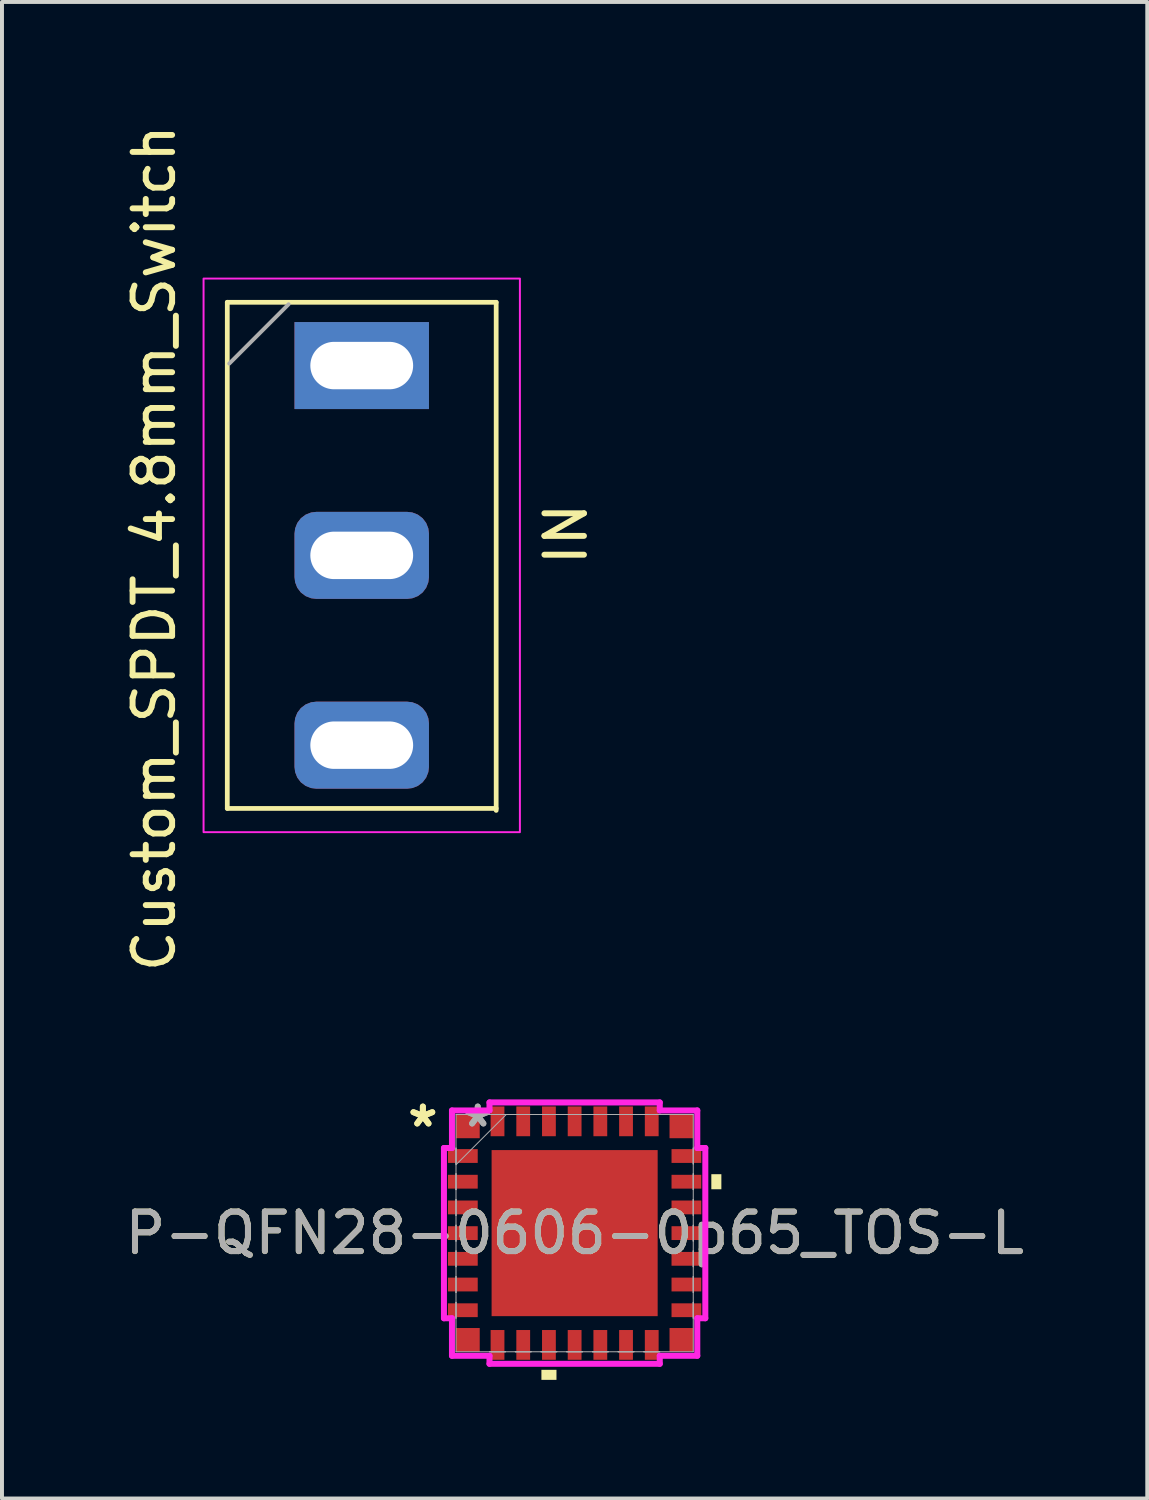
<source format=kicad_pcb>
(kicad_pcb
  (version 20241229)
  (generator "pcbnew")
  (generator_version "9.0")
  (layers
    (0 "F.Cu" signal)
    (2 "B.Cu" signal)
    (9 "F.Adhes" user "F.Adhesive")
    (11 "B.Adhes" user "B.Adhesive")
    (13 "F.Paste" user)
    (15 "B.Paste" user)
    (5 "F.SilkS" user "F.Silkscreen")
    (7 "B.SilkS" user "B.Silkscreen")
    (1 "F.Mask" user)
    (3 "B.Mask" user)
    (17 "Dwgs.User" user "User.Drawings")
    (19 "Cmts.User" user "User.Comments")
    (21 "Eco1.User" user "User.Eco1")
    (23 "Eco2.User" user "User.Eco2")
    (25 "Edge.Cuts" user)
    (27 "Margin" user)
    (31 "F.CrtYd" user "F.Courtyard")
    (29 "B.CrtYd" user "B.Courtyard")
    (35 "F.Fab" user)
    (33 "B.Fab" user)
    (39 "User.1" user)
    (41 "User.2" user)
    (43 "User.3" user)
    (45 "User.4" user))
  (footprint "P-QFN28-0606-0p65_TOS-L"
    (layer "F.Cu")
    (at 11.482 28.135)
    (property "Reference" "P-QFN28-0606-0p65_TOS-L" (at 0 0 0) (unlocked yes) (layer "F.SilkS") (effects (font (size 1 1) (thickness 0.15))))
    (attr smd)
    (fp_poly (pts (xy -0.84 3.457) (xy -0.84 3.711) (xy -0.459 3.711) (xy -0.459 3.457)) (stroke (width 0) (type solid)) (fill yes) (layer "F.SilkS"))
    (fp_poly (pts (xy 3.711 -1.49) (xy 3.711 -1.109) (xy 3.457 -1.109) (xy 3.457 -1.49)) (stroke (width 0) (type solid)) (fill yes) (layer "F.SilkS"))
    (fp_poly (pts (xy -2 -2) (xy -2 -0.8) (xy -0.8 -0.8) (xy -0.8 -2)) (stroke (width 0) (type solid)) (fill yes) (layer "F.Paste"))
    (fp_poly (pts (xy -2 -0.6) (xy -2 0.6) (xy -0.8 0.6) (xy -0.8 -0.6)) (stroke (width 0) (type solid)) (fill yes) (layer "F.Paste"))
    (fp_poly (pts (xy -2 0.8) (xy -2 2) (xy -0.8 2) (xy -0.8 0.8)) (stroke (width 0) (type solid)) (fill yes) (layer "F.Paste"))
    (fp_poly (pts (xy -0.6 -2) (xy -0.6 -0.8) (xy 0.6 -0.8) (xy 0.6 -2)) (stroke (width 0) (type solid)) (fill yes) (layer "F.Paste"))
    (fp_poly (pts (xy -0.6 -0.6) (xy -0.6 0.6) (xy 0.6 0.6) (xy 0.6 -0.6)) (stroke (width 0) (type solid)) (fill yes) (layer "F.Paste"))
    (fp_poly (pts (xy -0.6 0.8) (xy -0.6 2) (xy 0.6 2) (xy 0.6 0.8)) (stroke (width 0) (type solid)) (fill yes) (layer "F.Paste"))
    (fp_poly (pts (xy 0.8 -2) (xy 0.8 -0.8) (xy 2 -0.8) (xy 2 -2)) (stroke (width 0) (type solid)) (fill yes) (layer "F.Paste"))
    (fp_poly (pts (xy 0.8 -0.6) (xy 0.8 0.6) (xy 2 0.6) (xy 2 -0.6)) (stroke (width 0) (type solid)) (fill yes) (layer "F.Paste"))
    (fp_poly (pts (xy 0.8 0.8) (xy 0.8 2) (xy 2 2) (xy 2 0.8)) (stroke (width 0) (type solid)) (fill yes) (layer "F.Paste"))
    (fp_line (start -3.305 -2.153) (end -3.102 -2.153) (stroke (width 0.152) (type solid)) (layer "F.CrtYd"))
    (fp_line (start -3.305 2.153) (end -3.305 -2.153) (stroke (width 0.152) (type solid)) (layer "F.CrtYd"))
    (fp_line (start -3.305 2.153) (end -3.102 2.153) (stroke (width 0.152) (type solid)) (layer "F.CrtYd"))
    (fp_line (start -3.102 -3.102) (end -2.153 -3.102) (stroke (width 0.152) (type solid)) (layer "F.CrtYd"))
    (fp_line (start -3.102 -2.153) (end -3.102 -3.102) (stroke (width 0.152) (type solid)) (layer "F.CrtYd"))
    (fp_line (start -3.102 3.102) (end -3.102 2.153) (stroke (width 0.152) (type solid)) (layer "F.CrtYd"))
    (fp_line (start -2.153 -3.305) (end 2.153 -3.305) (stroke (width 0.152) (type solid)) (layer "F.CrtYd"))
    (fp_line (start -2.153 -3.102) (end -2.153 -3.305) (stroke (width 0.152) (type solid)) (layer "F.CrtYd"))
    (fp_line (start -2.153 3.102) (end -3.102 3.102) (stroke (width 0.152) (type solid)) (layer "F.CrtYd"))
    (fp_line (start -2.153 3.305) (end -2.153 3.102) (stroke (width 0.152) (type solid)) (layer "F.CrtYd"))
    (fp_line (start 2.153 -3.305) (end 2.153 -3.102) (stroke (width 0.152) (type solid)) (layer "F.CrtYd"))
    (fp_line (start 2.153 -3.102) (end 3.102 -3.102) (stroke (width 0.152) (type solid)) (layer "F.CrtYd"))
    (fp_line (start 2.153 3.102) (end 2.153 3.305) (stroke (width 0.152) (type solid)) (layer "F.CrtYd"))
    (fp_line (start 2.153 3.305) (end -2.153 3.305) (stroke (width 0.152) (type solid)) (layer "F.CrtYd"))
    (fp_line (start 3.102 -3.102) (end 3.102 -2.153) (stroke (width 0.152) (type solid)) (layer "F.CrtYd"))
    (fp_line (start 3.102 -2.153) (end 3.305 -2.153) (stroke (width 0.152) (type solid)) (layer "F.CrtYd"))
    (fp_line (start 3.102 2.153) (end 3.102 3.102) (stroke (width 0.152) (type solid)) (layer "F.CrtYd"))
    (fp_line (start 3.102 3.102) (end 2.153 3.102) (stroke (width 0.152) (type solid)) (layer "F.CrtYd"))
    (fp_line (start 3.305 -2.153) (end 3.305 2.153) (stroke (width 0.152) (type solid)) (layer "F.CrtYd"))
    (fp_line (start 3.305 2.153) (end 3.102 2.153) (stroke (width 0.152) (type solid)) (layer "F.CrtYd"))
    (fp_line (start -3 -3) (end -3 3) (stroke (width 0.025) (type solid)) (layer "F.Fab"))
    (fp_line (start -3 -2.15) (end -3 -2.15) (stroke (width 0.025) (type solid)) (layer "F.Fab"))
    (fp_line (start -3 -2.15) (end -3 -1.75) (stroke (width 0.025) (type solid)) (layer "F.Fab"))
    (fp_line (start -3 -1.75) (end -3 -2.15) (stroke (width 0.025) (type solid)) (layer "F.Fab"))
    (fp_line (start -3 -1.75) (end -3 -1.75) (stroke (width 0.025) (type solid)) (layer "F.Fab"))
    (fp_line (start -3 -1.73) (end -1.73 -3) (stroke (width 0.025) (type solid)) (layer "F.Fab"))
    (fp_line (start -3 -1.5) (end -3 -1.5) (stroke (width 0.025) (type solid)) (layer "F.Fab"))
    (fp_line (start -3 -1.5) (end -3 -1.1) (stroke (width 0.025) (type solid)) (layer "F.Fab"))
    (fp_line (start -3 -1.1) (end -3 -1.5) (stroke (width 0.025) (type solid)) (layer "F.Fab"))
    (fp_line (start -3 -1.1) (end -3 -1.1) (stroke (width 0.025) (type solid)) (layer "F.Fab"))
    (fp_line (start -3 -0.85) (end -3 -0.85) (stroke (width 0.025) (type solid)) (layer "F.Fab"))
    (fp_line (start -3 -0.85) (end -3 -0.45) (stroke (width 0.025) (type solid)) (layer "F.Fab"))
    (fp_line (start -3 -0.45) (end -3 -0.85) (stroke (width 0.025) (type solid)) (layer "F.Fab"))
    (fp_line (start -3 -0.45) (end -3 -0.45) (stroke (width 0.025) (type solid)) (layer "F.Fab"))
    (fp_line (start -3 -0.2) (end -3 -0.2) (stroke (width 0.025) (type solid)) (layer "F.Fab"))
    (fp_line (start -3 -0.2) (end -3 0.2) (stroke (width 0.025) (type solid)) (layer "F.Fab"))
    (fp_line (start -3 0.2) (end -3 -0.2) (stroke (width 0.025) (type solid)) (layer "F.Fab"))
    (fp_line (start -3 0.2) (end -3 0.2) (stroke (width 0.025) (type solid)) (layer "F.Fab"))
    (fp_line (start -3 0.45) (end -3 0.45) (stroke (width 0.025) (type solid)) (layer "F.Fab"))
    (fp_line (start -3 0.45) (end -3 0.85) (stroke (width 0.025) (type solid)) (layer "F.Fab"))
    (fp_line (start -3 0.85) (end -3 0.45) (stroke (width 0.025) (type solid)) (layer "F.Fab"))
    (fp_line (start -3 0.85) (end -3 0.85) (stroke (width 0.025) (type solid)) (layer "F.Fab"))
    (fp_line (start -3 1.1) (end -3 1.1) (stroke (width 0.025) (type solid)) (layer "F.Fab"))
    (fp_line (start -3 1.1) (end -3 1.5) (stroke (width 0.025) (type solid)) (layer "F.Fab"))
    (fp_line (start -3 1.5) (end -3 1.1) (stroke (width 0.025) (type solid)) (layer "F.Fab"))
    (fp_line (start -3 1.5) (end -3 1.5) (stroke (width 0.025) (type solid)) (layer "F.Fab"))
    (fp_line (start -3 1.75) (end -3 1.75) (stroke (width 0.025) (type solid)) (layer "F.Fab"))
    (fp_line (start -3 1.75) (end -3 2.15) (stroke (width 0.025) (type solid)) (layer "F.Fab"))
    (fp_line (start -3 2.15) (end -3 1.75) (stroke (width 0.025) (type solid)) (layer "F.Fab"))
    (fp_line (start -3 2.15) (end -3 2.15) (stroke (width 0.025) (type solid)) (layer "F.Fab"))
    (fp_line (start -3 3) (end 3 3) (stroke (width 0.025) (type solid)) (layer "F.Fab"))
    (fp_line (start -2.15 -3) (end -2.15 -3) (stroke (width 0.025) (type solid)) (layer "F.Fab"))
    (fp_line (start -2.15 -3) (end -1.75 -3) (stroke (width 0.025) (type solid)) (layer "F.Fab"))
    (fp_line (start -2.15 3) (end -2.15 3) (stroke (width 0.025) (type solid)) (layer "F.Fab"))
    (fp_line (start -2.15 3) (end -1.75 3) (stroke (width 0.025) (type solid)) (layer "F.Fab"))
    (fp_line (start -1.75 -3) (end -2.15 -3) (stroke (width 0.025) (type solid)) (layer "F.Fab"))
    (fp_line (start -1.75 -3) (end -1.75 -3) (stroke (width 0.025) (type solid)) (layer "F.Fab"))
    (fp_line (start -1.75 3) (end -2.15 3) (stroke (width 0.025) (type solid)) (layer "F.Fab"))
    (fp_line (start -1.75 3) (end -1.75 3) (stroke (width 0.025) (type solid)) (layer "F.Fab"))
    (fp_line (start -1.5 -3) (end -1.5 -3) (stroke (width 0.025) (type solid)) (layer "F.Fab"))
    (fp_line (start -1.5 -3) (end -1.1 -3) (stroke (width 0.025) (type solid)) (layer "F.Fab"))
    (fp_line (start -1.5 3) (end -1.5 3) (stroke (width 0.025) (type solid)) (layer "F.Fab"))
    (fp_line (start -1.5 3) (end -1.1 3) (stroke (width 0.025) (type solid)) (layer "F.Fab"))
    (fp_line (start -1.1 -3) (end -1.5 -3) (stroke (width 0.025) (type solid)) (layer "F.Fab"))
    (fp_line (start -1.1 -3) (end -1.1 -3) (stroke (width 0.025) (type solid)) (layer "F.Fab"))
    (fp_line (start -1.1 3) (end -1.5 3) (stroke (width 0.025) (type solid)) (layer "F.Fab"))
    (fp_line (start -1.1 3) (end -1.1 3) (stroke (width 0.025) (type solid)) (layer "F.Fab"))
    (fp_line (start -0.85 -3) (end -0.85 -3) (stroke (width 0.025) (type solid)) (layer "F.Fab"))
    (fp_line (start -0.85 -3) (end -0.45 -3) (stroke (width 0.025) (type solid)) (layer "F.Fab"))
    (fp_line (start -0.85 3) (end -0.85 3) (stroke (width 0.025) (type solid)) (layer "F.Fab"))
    (fp_line (start -0.85 3) (end -0.45 3) (stroke (width 0.025) (type solid)) (layer "F.Fab"))
    (fp_line (start -0.45 -3) (end -0.85 -3) (stroke (width 0.025) (type solid)) (layer "F.Fab"))
    (fp_line (start -0.45 -3) (end -0.45 -3) (stroke (width 0.025) (type solid)) (layer "F.Fab"))
    (fp_line (start -0.45 3) (end -0.85 3) (stroke (width 0.025) (type solid)) (layer "F.Fab"))
    (fp_line (start -0.45 3) (end -0.45 3) (stroke (width 0.025) (type solid)) (layer "F.Fab"))
    (fp_line (start -0.2 -3) (end -0.2 -3) (stroke (width 0.025) (type solid)) (layer "F.Fab"))
    (fp_line (start -0.2 -3) (end 0.2 -3) (stroke (width 0.025) (type solid)) (layer "F.Fab"))
    (fp_line (start -0.2 3) (end -0.2 3) (stroke (width 0.025) (type solid)) (layer "F.Fab"))
    (fp_line (start -0.2 3) (end 0.2 3) (stroke (width 0.025) (type solid)) (layer "F.Fab"))
    (fp_line (start 0.2 -3) (end -0.2 -3) (stroke (width 0.025) (type solid)) (layer "F.Fab"))
    (fp_line (start 0.2 -3) (end 0.2 -3) (stroke (width 0.025) (type solid)) (layer "F.Fab"))
    (fp_line (start 0.2 3) (end -0.2 3) (stroke (width 0.025) (type solid)) (layer "F.Fab"))
    (fp_line (start 0.2 3) (end 0.2 3) (stroke (width 0.025) (type solid)) (layer "F.Fab"))
    (fp_line (start 0.45 -3) (end 0.45 -3) (stroke (width 0.025) (type solid)) (layer "F.Fab"))
    (fp_line (start 0.45 -3) (end 0.85 -3) (stroke (width 0.025) (type solid)) (layer "F.Fab"))
    (fp_line (start 0.45 3) (end 0.45 3) (stroke (width 0.025) (type solid)) (layer "F.Fab"))
    (fp_line (start 0.45 3) (end 0.85 3) (stroke (width 0.025) (type solid)) (layer "F.Fab"))
    (fp_line (start 0.85 -3) (end 0.45 -3) (stroke (width 0.025) (type solid)) (layer "F.Fab"))
    (fp_line (start 0.85 -3) (end 0.85 -3) (stroke (width 0.025) (type solid)) (layer "F.Fab"))
    (fp_line (start 0.85 3) (end 0.45 3) (stroke (width 0.025) (type solid)) (layer "F.Fab"))
    (fp_line (start 0.85 3) (end 0.85 3) (stroke (width 0.025) (type solid)) (layer "F.Fab"))
    (fp_line (start 1.1 -3) (end 1.1 -3) (stroke (width 0.025) (type solid)) (layer "F.Fab"))
    (fp_line (start 1.1 -3) (end 1.5 -3) (stroke (width 0.025) (type solid)) (layer "F.Fab"))
    (fp_line (start 1.1 3) (end 1.1 3) (stroke (width 0.025) (type solid)) (layer "F.Fab"))
    (fp_line (start 1.1 3) (end 1.5 3) (stroke (width 0.025) (type solid)) (layer "F.Fab"))
    (fp_line (start 1.5 -3) (end 1.1 -3) (stroke (width 0.025) (type solid)) (layer "F.Fab"))
    (fp_line (start 1.5 -3) (end 1.5 -3) (stroke (width 0.025) (type solid)) (layer "F.Fab"))
    (fp_line (start 1.5 3) (end 1.1 3) (stroke (width 0.025) (type solid)) (layer "F.Fab"))
    (fp_line (start 1.5 3) (end 1.5 3) (stroke (width 0.025) (type solid)) (layer "F.Fab"))
    (fp_line (start 1.75 -3) (end 1.75 -3) (stroke (width 0.025) (type solid)) (layer "F.Fab"))
    (fp_line (start 1.75 -3) (end 2.15 -3) (stroke (width 0.025) (type solid)) (layer "F.Fab"))
    (fp_line (start 1.75 3) (end 1.75 3) (stroke (width 0.025) (type solid)) (layer "F.Fab"))
    (fp_line (start 1.75 3) (end 2.15 3) (stroke (width 0.025) (type solid)) (layer "F.Fab"))
    (fp_line (start 2.15 -3) (end 1.75 -3) (stroke (width 0.025) (type solid)) (layer "F.Fab"))
    (fp_line (start 2.15 -3) (end 2.15 -3) (stroke (width 0.025) (type solid)) (layer "F.Fab"))
    (fp_line (start 2.15 3) (end 1.75 3) (stroke (width 0.025) (type solid)) (layer "F.Fab"))
    (fp_line (start 2.15 3) (end 2.15 3) (stroke (width 0.025) (type solid)) (layer "F.Fab"))
    (fp_line (start 3 -3) (end -3 -3) (stroke (width 0.025) (type solid)) (layer "F.Fab"))
    (fp_line (start 3 -2.15) (end 3 -2.15) (stroke (width 0.025) (type solid)) (layer "F.Fab"))
    (fp_line (start 3 -2.15) (end 3 -1.75) (stroke (width 0.025) (type solid)) (layer "F.Fab"))
    (fp_line (start 3 -1.75) (end 3 -2.15) (stroke (width 0.025) (type solid)) (layer "F.Fab"))
    (fp_line (start 3 -1.75) (end 3 -1.75) (stroke (width 0.025) (type solid)) (layer "F.Fab"))
    (fp_line (start 3 -1.5) (end 3 -1.5) (stroke (width 0.025) (type solid)) (layer "F.Fab"))
    (fp_line (start 3 -1.5) (end 3 -1.1) (stroke (width 0.025) (type solid)) (layer "F.Fab"))
    (fp_line (start 3 -1.1) (end 3 -1.5) (stroke (width 0.025) (type solid)) (layer "F.Fab"))
    (fp_line (start 3 -1.1) (end 3 -1.1) (stroke (width 0.025) (type solid)) (layer "F.Fab"))
    (fp_line (start 3 -0.85) (end 3 -0.85) (stroke (width 0.025) (type solid)) (layer "F.Fab"))
    (fp_line (start 3 -0.85) (end 3 -0.45) (stroke (width 0.025) (type solid)) (layer "F.Fab"))
    (fp_line (start 3 -0.45) (end 3 -0.85) (stroke (width 0.025) (type solid)) (layer "F.Fab"))
    (fp_line (start 3 -0.45) (end 3 -0.45) (stroke (width 0.025) (type solid)) (layer "F.Fab"))
    (fp_line (start 3 -0.2) (end 3 -0.2) (stroke (width 0.025) (type solid)) (layer "F.Fab"))
    (fp_line (start 3 -0.2) (end 3 0.2) (stroke (width 0.025) (type solid)) (layer "F.Fab"))
    (fp_line (start 3 0.2) (end 3 -0.2) (stroke (width 0.025) (type solid)) (layer "F.Fab"))
    (fp_line (start 3 0.2) (end 3 0.2) (stroke (width 0.025) (type solid)) (layer "F.Fab"))
    (fp_line (start 3 0.45) (end 3 0.45) (stroke (width 0.025) (type solid)) (layer "F.Fab"))
    (fp_line (start 3 0.45) (end 3 0.85) (stroke (width 0.025) (type solid)) (layer "F.Fab"))
    (fp_line (start 3 0.85) (end 3 0.45) (stroke (width 0.025) (type solid)) (layer "F.Fab"))
    (fp_line (start 3 0.85) (end 3 0.85) (stroke (width 0.025) (type solid)) (layer "F.Fab"))
    (fp_line (start 3 1.1) (end 3 1.1) (stroke (width 0.025) (type solid)) (layer "F.Fab"))
    (fp_line (start 3 1.1) (end 3 1.5) (stroke (width 0.025) (type solid)) (layer "F.Fab"))
    (fp_line (start 3 1.5) (end 3 1.1) (stroke (width 0.025) (type solid)) (layer "F.Fab"))
    (fp_line (start 3 1.5) (end 3 1.5) (stroke (width 0.025) (type solid)) (layer "F.Fab"))
    (fp_line (start 3 1.75) (end 3 1.75) (stroke (width 0.025) (type solid)) (layer "F.Fab"))
    (fp_line (start 3 1.75) (end 3 2.15) (stroke (width 0.025) (type solid)) (layer "F.Fab"))
    (fp_line (start 3 2.15) (end 3 1.75) (stroke (width 0.025) (type solid)) (layer "F.Fab"))
    (fp_line (start 3 2.15) (end 3 2.15) (stroke (width 0.025) (type solid)) (layer "F.Fab"))
    (fp_line (start 3 3) (end 3 -3) (stroke (width 0.025) (type solid)) (layer "F.Fab"))
    (fp_text user "*" (at -3.838 -2.656 0) (unlocked yes) (layer "F.SilkS") (effects (font (size 1 1) (thickness 0.15))))
    (fp_text user "*" (at -3.838 -2.656 0) (layer "F.SilkS") (effects (font (size 1 1) (thickness 0.15))))
    (fp_text user "${REFERENCE}" (at 0 0 0) (unlocked yes) (layer "F.Fab") (effects (font (size 1 1) (thickness 0.15))))
    (fp_text user "*" (at -2.45 -2.656 0) (unlocked yes) (layer "F.Fab") (effects (font (size 1 1) (thickness 0.15))))
    (fp_text user "*" (at -2.45 -2.656 0) (layer "F.Fab") (effects (font (size 1 1) (thickness 0.15))))
    (pad "1" smd rect (at -2.827 -1.95 90) (size 0.349 0.753) (layers "F.Cu" "F.Mask" "F.Paste"))
    (pad "2" smd rect (at -2.827 -1.3 90) (size 0.349 0.753) (layers "F.Cu" "F.Mask" "F.Paste"))
    (pad "3" smd rect (at -2.827 -0.65 90) (size 0.349 0.753) (layers "F.Cu" "F.Mask" "F.Paste"))
    (pad "4" smd rect (at -2.827 0 90) (size 0.349 0.753) (layers "F.Cu" "F.Mask" "F.Paste"))
    (pad "5" smd rect (at -2.827 0.65 90) (size 0.349 0.753) (layers "F.Cu" "F.Mask" "F.Paste"))
    (pad "6" smd rect (at -2.827 1.3 90) (size 0.349 0.753) (layers "F.Cu" "F.Mask" "F.Paste"))
    (pad "7" smd rect (at -2.827 1.95 90) (size 0.349 0.753) (layers "F.Cu" "F.Mask" "F.Paste"))
    (pad "8" smd rect (at -1.95 2.827) (size 0.349 0.753) (layers "F.Cu" "F.Mask" "F.Paste"))
    (pad "9" smd rect (at -1.3 2.827) (size 0.349 0.753) (layers "F.Cu" "F.Mask" "F.Paste"))
    (pad "10" smd rect (at -0.65 2.827) (size 0.349 0.753) (layers "F.Cu" "F.Mask" "F.Paste"))
    (pad "11" smd rect (at 0 2.827) (size 0.349 0.753) (layers "F.Cu" "F.Mask" "F.Paste"))
    (pad "12" smd rect (at 0.65 2.827) (size 0.349 0.753) (layers "F.Cu" "F.Mask" "F.Paste"))
    (pad "13" smd rect (at 1.3 2.827) (size 0.349 0.753) (layers "F.Cu" "F.Mask" "F.Paste"))
    (pad "14" smd rect (at 1.95 2.827) (size 0.349 0.753) (layers "F.Cu" "F.Mask" "F.Paste"))
    (pad "15" smd rect (at 2.827 1.95 90) (size 0.349 0.753) (layers "F.Cu" "F.Mask" "F.Paste"))
    (pad "16" smd rect (at 2.827 1.3 90) (size 0.349 0.753) (layers "F.Cu" "F.Mask" "F.Paste"))
    (pad "17" smd rect (at 2.827 0.65 90) (size 0.349 0.753) (layers "F.Cu" "F.Mask" "F.Paste"))
    (pad "18" smd rect (at 2.827 0 90) (size 0.349 0.753) (layers "F.Cu" "F.Mask" "F.Paste"))
    (pad "19" smd rect (at 2.827 -0.65 90) (size 0.349 0.753) (layers "F.Cu" "F.Mask" "F.Paste"))
    (pad "20" smd rect (at 2.827 -1.3 90) (size 0.349 0.753) (layers "F.Cu" "F.Mask" "F.Paste"))
    (pad "21" smd rect (at 2.827 -1.95 90) (size 0.349 0.753) (layers "F.Cu" "F.Mask" "F.Paste"))
    (pad "22" smd rect (at 1.95 -2.827) (size 0.349 0.753) (layers "F.Cu" "F.Mask" "F.Paste"))
    (pad "23" smd rect (at 1.3 -2.827) (size 0.349 0.753) (layers "F.Cu" "F.Mask" "F.Paste"))
    (pad "24" smd rect (at 0.65 -2.827) (size 0.349 0.753) (layers "F.Cu" "F.Mask" "F.Paste"))
    (pad "25" smd rect (at 0 -2.827) (size 0.349 0.753) (layers "F.Cu" "F.Mask" "F.Paste"))
    (pad "26" smd rect (at -0.65 -2.827) (size 0.349 0.753) (layers "F.Cu" "F.Mask" "F.Paste"))
    (pad "27" smd rect (at -1.3 -2.827) (size 0.349 0.753) (layers "F.Cu" "F.Mask" "F.Paste"))
    (pad "28" smd rect (at -1.95 -2.827) (size 0.349 0.753) (layers "F.Cu" "F.Mask" "F.Paste"))
    (pad "29" smd rect (at -2.7 -2.7) (size 0.6 0.6) (layers "F.Cu" "F.Mask" "F.Paste"))
    (pad "30" smd rect (at -2.7 2.7) (size 0.6 0.6) (layers "F.Cu" "F.Mask" "F.Paste"))
    (pad "31" smd rect (at 2.7 2.7) (size 0.6 0.6) (layers "F.Cu" "F.Mask" "F.Paste"))
    (pad "32" smd rect (at 2.7 -2.7) (size 0.6 0.6) (layers "F.Cu" "F.Mask" "F.Paste"))
    (pad "33" smd rect (at 0 0) (size 4.2 4.2) (layers "F.Cu" "F.Mask" "F.Paste")))
  (footprint "Custom_SPDT_4.8mm_Switch"
    (layer "F.Cu")
    (at 6.098 10.895)
    (property "Reference" "Custom_SPDT_4.8mm_Switch" (at -5.25 -0.08 90) (layer "F.SilkS") (effects (font (size 1 1) (thickness 0.15))))
    (attr through_hole)
    (fp_line (start -3.4 -6.3) (end 3.4 -6.3) (stroke (width 0.12) (type solid)) (layer "F.SilkS"))
    (fp_line (start -3.4 6.5) (end -3.4 -6.3) (stroke (width 0.12) (type solid)) (layer "F.SilkS"))
    (fp_line (start -3.4 6.5) (end 3.4 6.5) (stroke (width 0.12) (type solid)) (layer "F.SilkS"))
    (fp_line (start 3.4 6.55) (end 3.4 -6.3) (stroke (width 0.12) (type solid)) (layer "F.SilkS"))
    (fp_rect (start -4 -6.9) (end 4 7.1) (stroke (width 0.05) (type default)) (fill no) (layer "F.CrtYd"))
    (fp_line (start -3.35 -4.75) (end -1.85 -6.25) (stroke (width 0.1) (type solid)) (layer "F.Fab"))
    (fp_text user "IN" (at 5.75 0.42 90) (unlocked yes) (layer "F.SilkS") (effects (font (size 1 1) (thickness 0.15)) (justify left bottom)))
    (pad "1" thru_hole rect (at 0 -4.7) (size 3.4 2.2) (drill oval 2.6 1.2) (layers "*.Cu" "*.Mask"))
    (pad "2" thru_hole roundrect (at 0 0.1) (size 3.4 2.2) (drill oval 2.6 1.2) (layers "*.Cu" "*.Mask") (roundrect_rratio 0.25))
    (pad "3" thru_hole roundrect (at 0 4.9) (size 3.4 2.2) (drill oval 2.6 1.2) (layers "*.Cu" "*.Mask") (roundrect_rratio 0.25)))
  (gr_rect
    (start -3 -3)
    (end 25.964 34.846)
    (stroke (width 0.1) (type default))
    (fill no)
    (layer "Edge.Cuts")))
</source>
